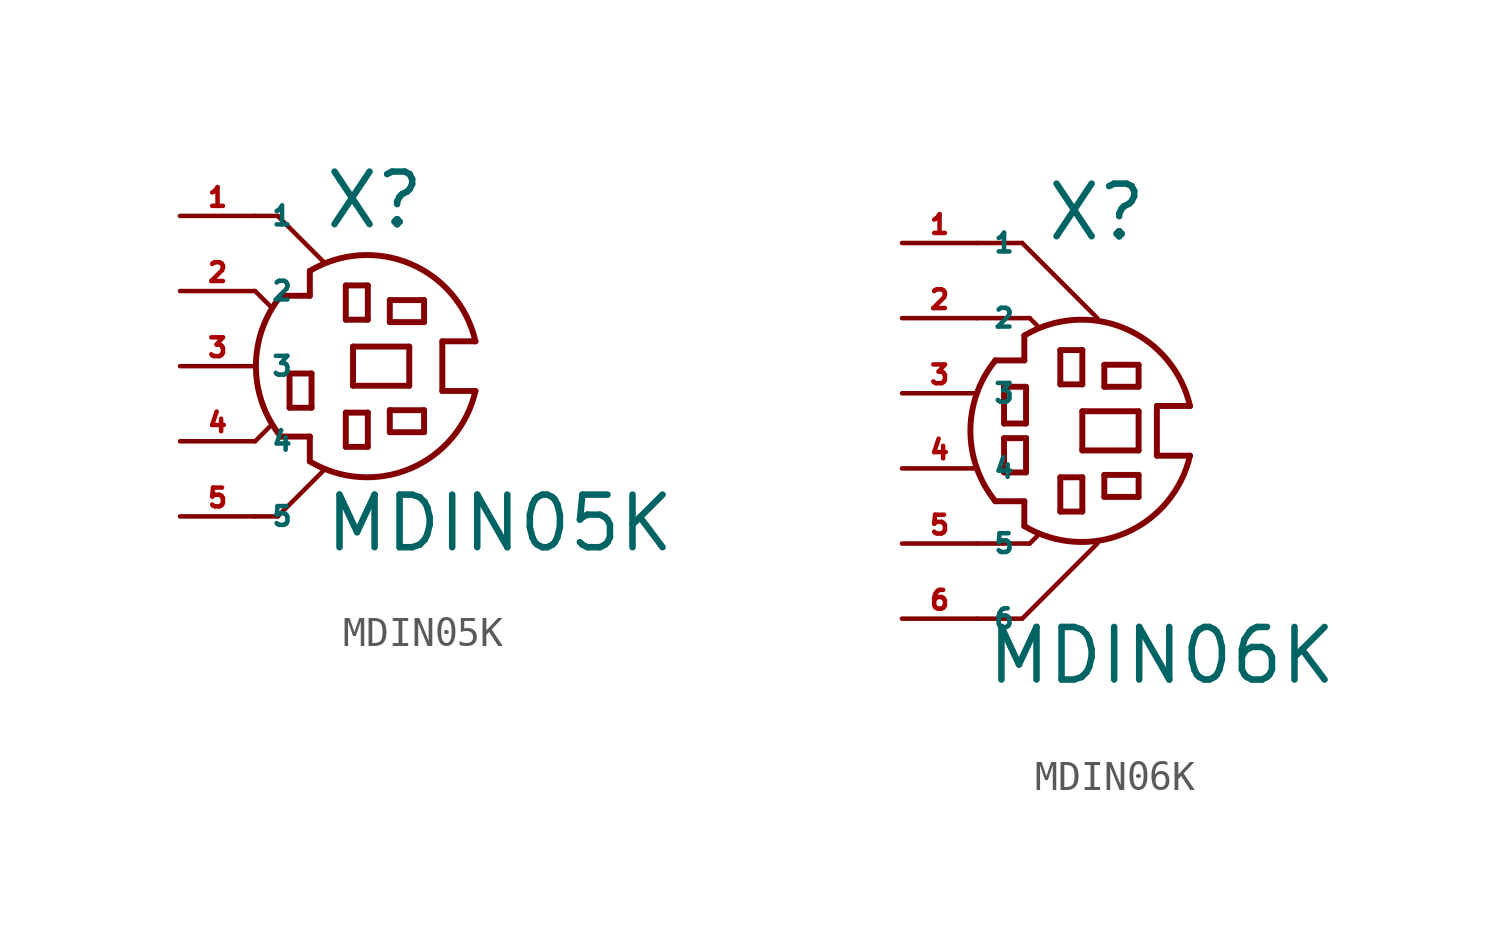
<source format=kicad_sym>
(kicad_symbol_lib
  (version 20220914)
  (generator Eagle2Kicad)
  (symbol "MDIN05K"
    (property "Reference" "X"
      (at -2.794 4.572 0)
      (effects (font (size 1.778 1.778) (thickness 0.22)) (justify left bottom)))
    (property "Value" "MDIN05K"
      (at -2.794 -6.35 0)
      (effects (font (size 1.778 1.778) (thickness 0.22)) (justify left bottom)))
    (polyline
      (pts (xy 2.37 -0.84) (xy 1.25 -0.84))
      (stroke (width 0.2) (type default))
      (fill (type none)))
    (polyline
      (pts (xy 1.25 -0.84) (xy 1.25 0.84))
      (stroke (width 0.2) (type default))
      (fill (type none)))
    (polyline
      (pts (xy 1.25 0.84) (xy 2.37 0.84))
      (stroke (width 0.2) (type default))
      (fill (type none)))
    (polyline
      (pts (xy -3.23 3.22) (xy -3.23 2.38))
      (stroke (width 0.2) (type default))
      (fill (type none)))
    (polyline
      (pts (xy -3.23 2.38) (xy -4.21 2.38))
      (stroke (width 0.2) (type default))
      (fill (type none)))
    (polyline
      (pts (xy -3.23 -3.22) (xy -3.23 -2.38))
      (stroke (width 0.2) (type default))
      (fill (type none)))
    (polyline
      (pts (xy -3.23 -2.38) (xy -4.21 -2.38))
      (stroke (width 0.2) (type default))
      (fill (type none)))
    (arc
      (start 2.3701 0.84)
      (mid 0.177 3.458)
      (end -3.23 3.22)
      (stroke (width 0.2) (type default))
      (fill (type none)))
    (arc
      (start -3.23 -3.2199)
      (mid 0.177 -3.458)
      (end 2.37 -0.84)
      (stroke (width 0.2) (type default))
      (fill (type none)))
    (arc
      (start -4.21 2.38)
      (mid -5.053 0.000)
      (end -4.21 -2.38)
      (stroke (width 0.2) (type default))
      (fill (type none)))
    (polyline
      (pts (xy -0.526 2.233) (xy 0.632 2.233))
      (stroke (width 0.2) (type default))
      (fill (type none)))
    (polyline
      (pts (xy 0.632 2.233) (xy 0.632 1.489))
      (stroke (width 0.2) (type default))
      (fill (type none)))
    (polyline
      (pts (xy 0.632 1.489) (xy -0.526 1.489))
      (stroke (width 0.2) (type default))
      (fill (type none)))
    (polyline
      (pts (xy -0.526 1.489) (xy -0.526 2.233))
      (stroke (width 0.2) (type default))
      (fill (type none)))
    (polyline
      (pts (xy -1.77 0.662) (xy 0.132 0.662))
      (stroke (width 0.2) (type default))
      (fill (type none)))
    (polyline
      (pts (xy 0.132 0.662) (xy 0.132 -0.662))
      (stroke (width 0.2) (type default))
      (fill (type none)))
    (polyline
      (pts (xy 0.132 -0.662) (xy -1.77 -0.662))
      (stroke (width 0.2) (type default))
      (fill (type none)))
    (polyline
      (pts (xy -1.77 -0.662) (xy -1.77 0.662))
      (stroke (width 0.2) (type default))
      (fill (type none)))
    (polyline
      (pts (xy -0.526 -1.489) (xy 0.632 -1.489))
      (stroke (width 0.2) (type default))
      (fill (type none)))
    (polyline
      (pts (xy 0.632 -1.489) (xy 0.632 -2.233))
      (stroke (width 0.2) (type default))
      (fill (type none)))
    (polyline
      (pts (xy 0.632 -2.233) (xy -0.526 -2.233))
      (stroke (width 0.2) (type default))
      (fill (type none)))
    (polyline
      (pts (xy -0.526 -2.233) (xy -0.526 -1.489))
      (stroke (width 0.2) (type default))
      (fill (type none)))
    (polyline
      (pts (xy -2.014 1.571) (xy -2.014 2.729))
      (stroke (width 0.2) (type default))
      (fill (type none)))
    (polyline
      (pts (xy -2.014 2.729) (xy -1.27 2.729))
      (stroke (width 0.2) (type default))
      (fill (type none)))
    (polyline
      (pts (xy -1.27 2.729) (xy -1.27 1.571))
      (stroke (width 0.2) (type default))
      (fill (type none)))
    (polyline
      (pts (xy -1.27 1.571) (xy -2.014 1.571))
      (stroke (width 0.2) (type default))
      (fill (type none)))
    (polyline
      (pts (xy -1.27 -1.571) (xy -1.27 -2.729))
      (stroke (width 0.2) (type default))
      (fill (type none)))
    (polyline
      (pts (xy -1.27 -2.729) (xy -2.014 -2.729))
      (stroke (width 0.2) (type default))
      (fill (type none)))
    (polyline
      (pts (xy -2.014 -2.729) (xy -2.014 -1.571))
      (stroke (width 0.2) (type default))
      (fill (type none)))
    (polyline
      (pts (xy -2.014 -1.571) (xy -1.27 -1.571))
      (stroke (width 0.2) (type default))
      (fill (type none)))
    (polyline
      (pts (xy -3.172 -0.248) (xy -3.172 -1.406))
      (stroke (width 0.2) (type default))
      (fill (type none)))
    (polyline
      (pts (xy -3.172 -1.406) (xy -3.916 -1.406))
      (stroke (width 0.2) (type default))
      (fill (type none)))
    (polyline
      (pts (xy -3.916 -1.406) (xy -3.916 -0.248))
      (stroke (width 0.2) (type default))
      (fill (type none)))
    (polyline
      (pts (xy -3.916 -0.248) (xy -3.172 -0.248))
      (stroke (width 0.2) (type default))
      (fill (type none)))
    (polyline
      (pts (xy -5.08 2.54) (xy -4.572 2.032))
      (stroke (width 0.152) (type default))
      (fill (type none)))
    (polyline
      (pts (xy -5.08 -2.54) (xy -4.572 -2.032))
      (stroke (width 0.152) (type default))
      (fill (type none)))
    (polyline
      (pts (xy -4.318 -5.08) (xy -2.794 -3.556))
      (stroke (width 0.152) (type default))
      (fill (type none)))
    (polyline
      (pts (xy -4.318 5.08) (xy -2.794 3.556))
      (stroke (width 0.152) (type default))
      (fill (type none)))
    (polyline
      (pts (xy -5.08 5.08) (xy -4.318 5.08))
      (stroke (width 0.152) (type default))
      (fill (type none)))
    (polyline
      (pts (xy -5.08 -5.08) (xy -4.318 -5.08))
      (stroke (width 0.152) (type default))
      (fill (type none)))
    (pin passive line
      (at -7.62 5.08 0)
      (length 2.54)
      (name "1" (effects (font (size 0.635 0.635) (thickness 0.08)) (justify left bottom)))
      (number "1" (effects (font (size 0.635 0.635) (thickness 0.08)) (justify left bottom))))
    (pin passive line
      (at -7.62 2.54 0)
      (length 2.54)
      (name "2" (effects (font (size 0.635 0.635) (thickness 0.08)) (justify left bottom)))
      (number "2" (effects (font (size 0.635 0.635) (thickness 0.08)) (justify left bottom))))
    (pin passive line
      (at -7.62 0 0)
      (length 2.54)
      (name "3" (effects (font (size 0.635 0.635) (thickness 0.08)) (justify left bottom)))
      (number "3" (effects (font (size 0.635 0.635) (thickness 0.08)) (justify left bottom))))
    (pin passive line
      (at -7.62 -2.54 0)
      (length 2.54)
      (name "4" (effects (font (size 0.635 0.635) (thickness 0.08)) (justify left bottom)))
      (number "4" (effects (font (size 0.635 0.635) (thickness 0.08)) (justify left bottom))))
    (pin passive line
      (at -7.62 -5.08 0)
      (length 2.54)
      (name "5" (effects (font (size 0.635 0.635) (thickness 0.08)) (justify left bottom)))
      (number "5" (effects (font (size 0.635 0.635) (thickness 0.08)) (justify left bottom)))))
  (symbol "MDIN06K"
    (property "Reference" "X"
      (at -2.794 7.62 0)
      (effects (font (size 1.778 1.778) (thickness 0.22)) (justify left bottom)))
    (property "Value" "MDIN06K"
      (at -4.826 -7.366 0)
      (effects (font (size 1.778 1.778) (thickness 0.22)) (justify left bottom)))
    (polyline
      (pts (xy 2.116 0.43) (xy 0.996 0.43))
      (stroke (width 0.2) (type default))
      (fill (type none)))
    (polyline
      (pts (xy 0.996 0.43) (xy 0.996 2.11))
      (stroke (width 0.2) (type default))
      (fill (type none)))
    (polyline
      (pts (xy 0.996 2.11) (xy 2.116 2.11))
      (stroke (width 0.2) (type default))
      (fill (type none)))
    (polyline
      (pts (xy -3.484 4.49) (xy -3.484 3.65))
      (stroke (width 0.2) (type default))
      (fill (type none)))
    (polyline
      (pts (xy -3.484 3.65) (xy -4.464 3.65))
      (stroke (width 0.2) (type default))
      (fill (type none)))
    (polyline
      (pts (xy -3.484 -1.95) (xy -3.484 -1.11))
      (stroke (width 0.2) (type default))
      (fill (type none)))
    (polyline
      (pts (xy -3.484 -1.11) (xy -4.464 -1.11))
      (stroke (width 0.2) (type default))
      (fill (type none)))
    (arc
      (start 2.1161 2.11)
      (mid -0.077 4.728)
      (end -3.484 4.49)
      (stroke (width 0.2) (type default))
      (fill (type none)))
    (arc
      (start -3.484 -1.9499)
      (mid -0.077 -2.188)
      (end 2.116 0.43)
      (stroke (width 0.2) (type default))
      (fill (type none)))
    (arc
      (start -4.464 3.65)
      (mid -5.307 1.270)
      (end -4.464 -1.11)
      (stroke (width 0.2) (type default))
      (fill (type none)))
    (polyline
      (pts (xy -0.78 3.503) (xy 0.378 3.503))
      (stroke (width 0.2) (type default))
      (fill (type none)))
    (polyline
      (pts (xy 0.378 3.503) (xy 0.378 2.759))
      (stroke (width 0.2) (type default))
      (fill (type none)))
    (polyline
      (pts (xy 0.378 2.759) (xy -0.78 2.759))
      (stroke (width 0.2) (type default))
      (fill (type none)))
    (polyline
      (pts (xy -0.78 2.759) (xy -0.78 3.503))
      (stroke (width 0.2) (type default))
      (fill (type none)))
    (polyline
      (pts (xy -1.524 1.932) (xy 0.378 1.932))
      (stroke (width 0.2) (type default))
      (fill (type none)))
    (polyline
      (pts (xy 0.378 1.932) (xy 0.378 0.608))
      (stroke (width 0.2) (type default))
      (fill (type none)))
    (polyline
      (pts (xy 0.378 0.608) (xy -1.524 0.608))
      (stroke (width 0.2) (type default))
      (fill (type none)))
    (polyline
      (pts (xy -1.524 0.608) (xy -1.524 1.932))
      (stroke (width 0.2) (type default))
      (fill (type none)))
    (polyline
      (pts (xy -0.78 -0.219) (xy 0.378 -0.219))
      (stroke (width 0.2) (type default))
      (fill (type none)))
    (polyline
      (pts (xy 0.378 -0.219) (xy 0.378 -0.963))
      (stroke (width 0.2) (type default))
      (fill (type none)))
    (polyline
      (pts (xy 0.378 -0.963) (xy -0.78 -0.963))
      (stroke (width 0.2) (type default))
      (fill (type none)))
    (polyline
      (pts (xy -0.78 -0.963) (xy -0.78 -0.219))
      (stroke (width 0.2) (type default))
      (fill (type none)))
    (polyline
      (pts (xy -2.268 2.841) (xy -2.268 3.999))
      (stroke (width 0.2) (type default))
      (fill (type none)))
    (polyline
      (pts (xy -2.268 3.999) (xy -1.524 3.999))
      (stroke (width 0.2) (type default))
      (fill (type none)))
    (polyline
      (pts (xy -1.524 3.999) (xy -1.524 2.841))
      (stroke (width 0.2) (type default))
      (fill (type none)))
    (polyline
      (pts (xy -1.524 2.841) (xy -2.268 2.841))
      (stroke (width 0.2) (type default))
      (fill (type none)))
    (polyline
      (pts (xy -1.524 -0.301) (xy -1.524 -1.459))
      (stroke (width 0.2) (type default))
      (fill (type none)))
    (polyline
      (pts (xy -1.524 -1.459) (xy -2.268 -1.459))
      (stroke (width 0.2) (type default))
      (fill (type none)))
    (polyline
      (pts (xy -2.268 -1.459) (xy -2.268 -0.301))
      (stroke (width 0.2) (type default))
      (fill (type none)))
    (polyline
      (pts (xy -2.268 -0.301) (xy -1.524 -0.301))
      (stroke (width 0.2) (type default))
      (fill (type none)))
    (polyline
      (pts (xy -3.426 2.759) (xy -3.426 1.518))
      (stroke (width 0.2) (type default))
      (fill (type none)))
    (polyline
      (pts (xy -3.426 1.518) (xy -4.17 1.518))
      (stroke (width 0.2) (type default))
      (fill (type none)))
    (polyline
      (pts (xy -4.17 1.518) (xy -4.17 2.759))
      (stroke (width 0.2) (type default))
      (fill (type none)))
    (polyline
      (pts (xy -4.17 2.759) (xy -3.426 2.759))
      (stroke (width 0.2) (type default))
      (fill (type none)))
    (polyline
      (pts (xy -3.426 1.022) (xy -3.426 -0.136))
      (stroke (width 0.2) (type default))
      (fill (type none)))
    (polyline
      (pts (xy -3.426 -0.136) (xy -4.17 -0.136))
      (stroke (width 0.2) (type default))
      (fill (type none)))
    (polyline
      (pts (xy -4.17 -0.136) (xy -4.17 1.022))
      (stroke (width 0.2) (type default))
      (fill (type none)))
    (polyline
      (pts (xy -4.17 1.022) (xy -3.426 1.022))
      (stroke (width 0.2) (type default))
      (fill (type none)))
    (polyline
      (pts (xy -5.08 5.08) (xy -3.302 5.08))
      (stroke (width 0.152) (type default))
      (fill (type none)))
    (polyline
      (pts (xy -3.302 5.08) (xy -3.048 4.826))
      (stroke (width 0.152) (type default))
      (fill (type none)))
    (polyline
      (pts (xy -5.08 -2.54) (xy -3.302 -2.54))
      (stroke (width 0.152) (type default))
      (fill (type none)))
    (polyline
      (pts (xy -3.302 -2.54) (xy -3.048 -2.286))
      (stroke (width 0.152) (type default))
      (fill (type none)))
    (polyline
      (pts (xy -5.08 -5.08) (xy -3.556 -5.08))
      (stroke (width 0.152) (type default))
      (fill (type none)))
    (polyline
      (pts (xy -3.556 -5.08) (xy -1.016 -2.54))
      (stroke (width 0.152) (type default))
      (fill (type none)))
    (polyline
      (pts (xy -5.08 7.62) (xy -3.556 7.62))
      (stroke (width 0.152) (type default))
      (fill (type none)))
    (polyline
      (pts (xy -3.556 7.62) (xy -1.016 5.08))
      (stroke (width 0.152) (type default))
      (fill (type none)))
    (pin passive line
      (at -7.62 7.62 0)
      (length 2.54)
      (name "1" (effects (font (size 0.635 0.635) (thickness 0.08)) (justify left bottom)))
      (number "1" (effects (font (size 0.635 0.635) (thickness 0.08)) (justify left bottom))))
    (pin passive line
      (at -7.62 5.08 0)
      (length 2.54)
      (name "2" (effects (font (size 0.635 0.635) (thickness 0.08)) (justify left bottom)))
      (number "2" (effects (font (size 0.635 0.635) (thickness 0.08)) (justify left bottom))))
    (pin passive line
      (at -7.62 2.54 0)
      (length 2.54)
      (name "3" (effects (font (size 0.635 0.635) (thickness 0.08)) (justify left bottom)))
      (number "3" (effects (font (size 0.635 0.635) (thickness 0.08)) (justify left bottom))))
    (pin passive line
      (at -7.62 0 0)
      (length 2.54)
      (name "4" (effects (font (size 0.635 0.635) (thickness 0.08)) (justify left bottom)))
      (number "4" (effects (font (size 0.635 0.635) (thickness 0.08)) (justify left bottom))))
    (pin passive line
      (at -7.62 -2.54 0)
      (length 2.54)
      (name "5" (effects (font (size 0.635 0.635) (thickness 0.08)) (justify left bottom)))
      (number "5" (effects (font (size 0.635 0.635) (thickness 0.08)) (justify left bottom))))
    (pin passive line
      (at -7.62 -5.08 0)
      (length 2.54)
      (name "6" (effects (font (size 0.635 0.635) (thickness 0.08)) (justify left bottom)))
      (number "6" (effects (font (size 0.635 0.635) (thickness 0.08)) (justify left bottom))))))
</source>
